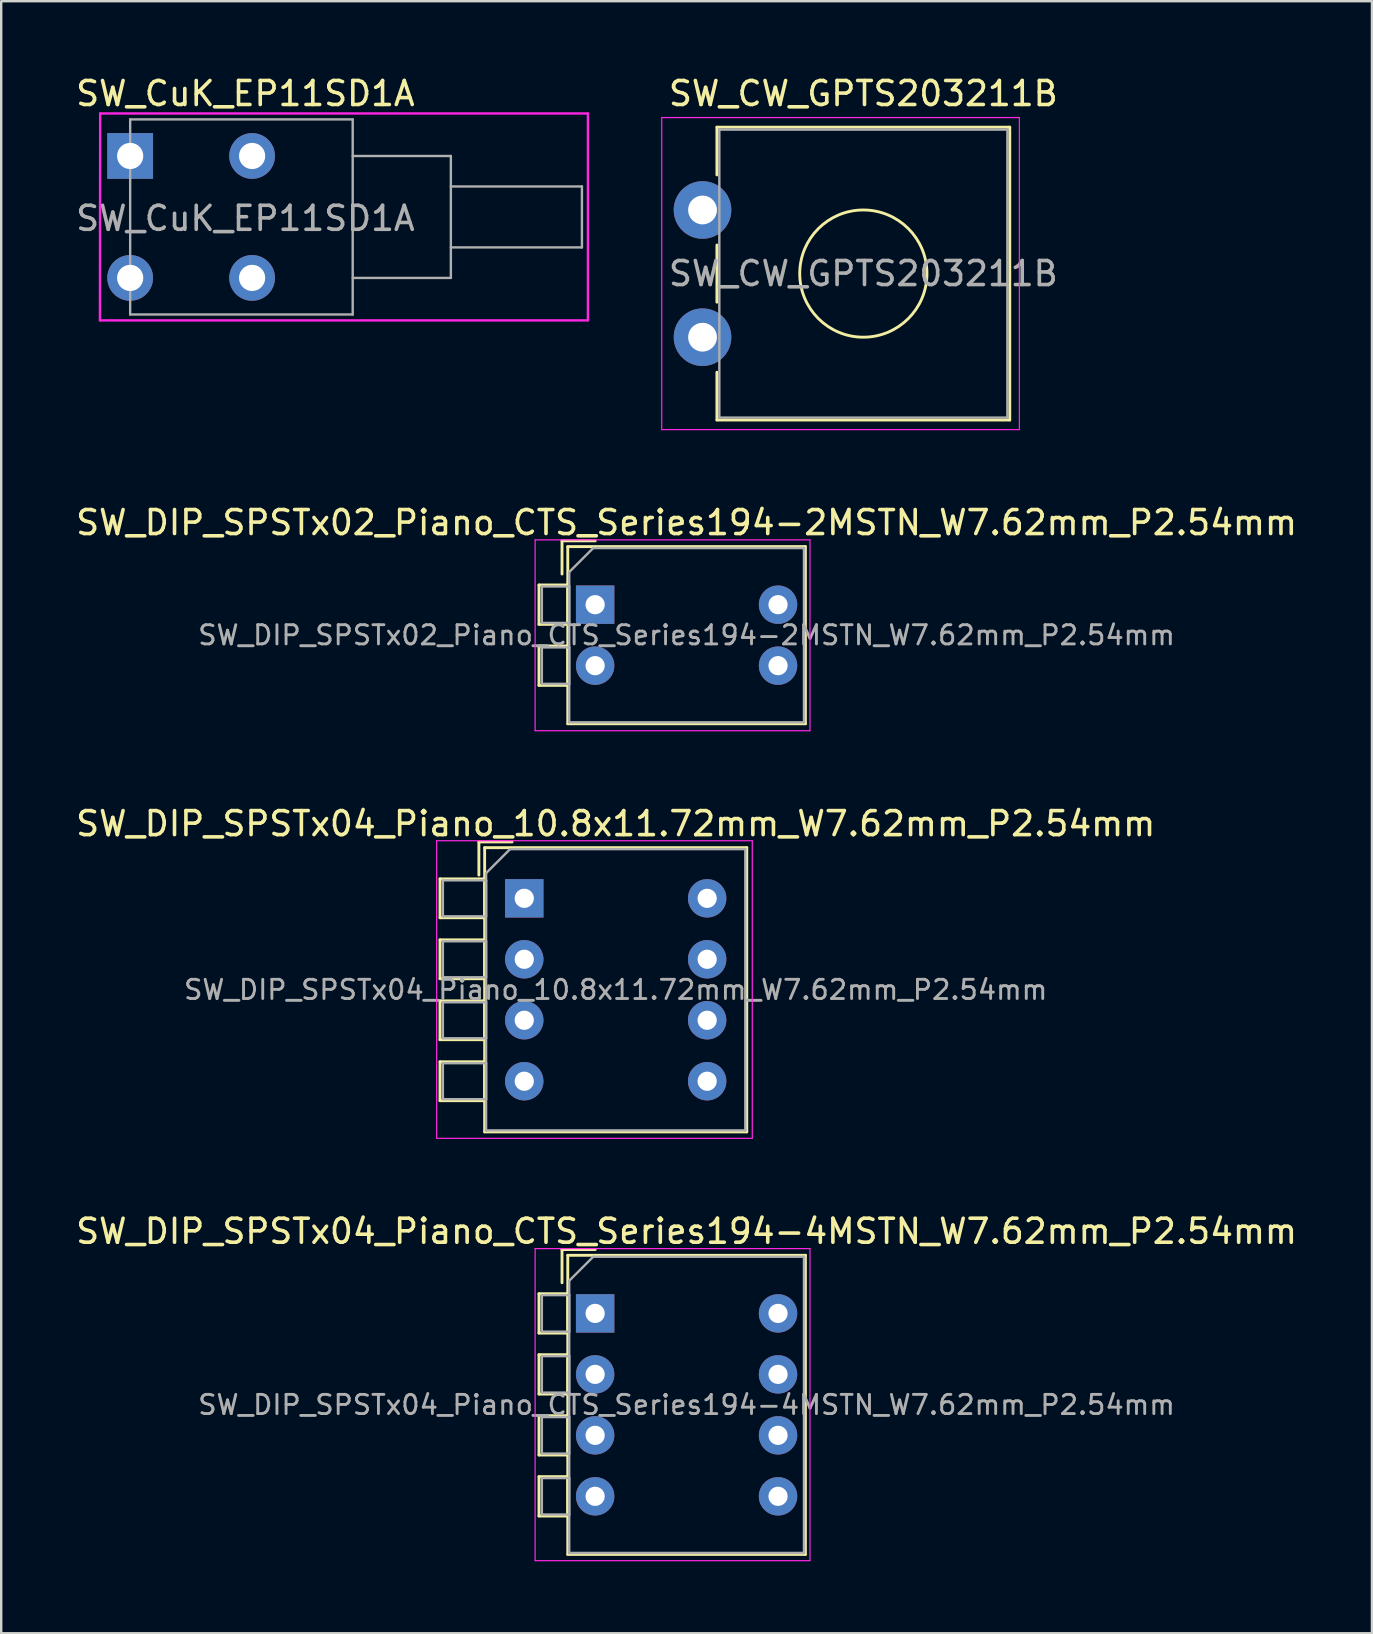
<source format=kicad_pcb>
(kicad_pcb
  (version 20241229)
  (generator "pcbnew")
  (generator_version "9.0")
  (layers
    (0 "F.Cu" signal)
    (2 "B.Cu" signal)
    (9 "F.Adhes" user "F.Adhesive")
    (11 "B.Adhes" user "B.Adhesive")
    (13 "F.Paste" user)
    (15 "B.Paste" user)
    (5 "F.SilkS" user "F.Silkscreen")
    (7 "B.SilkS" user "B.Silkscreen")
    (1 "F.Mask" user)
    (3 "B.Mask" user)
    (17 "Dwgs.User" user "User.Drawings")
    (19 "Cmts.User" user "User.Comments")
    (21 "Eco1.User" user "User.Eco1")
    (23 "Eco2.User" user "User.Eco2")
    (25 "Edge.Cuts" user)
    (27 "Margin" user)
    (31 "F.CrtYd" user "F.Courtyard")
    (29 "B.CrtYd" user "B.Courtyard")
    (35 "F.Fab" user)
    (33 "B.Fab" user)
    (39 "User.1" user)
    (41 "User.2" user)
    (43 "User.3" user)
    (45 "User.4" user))
  (footprint "SW_DIP_SPSTx04_Piano_10.8x11.72mm_W7.62mm_P2.54mm"
    (layer "F.Cu")
    (at 18.791 34.375)
    (property "Reference" "SW_DIP_SPSTx04_Piano_10.8x11.72mm_W7.62mm_P2.54mm" (at 3.81 -3.11 0) (layer "F.SilkS") (effects (font (size 1 1) (thickness 0.15))))
    (attr through_hole)
    (fp_line (start -3.51 -0.81) (end -3.51 0.81) (stroke (width 0.12) (type solid)) (layer "F.SilkS"))
    (fp_line (start -3.51 -0.81) (end -1.65 -0.81) (stroke (width 0.12) (type solid)) (layer "F.SilkS"))
    (fp_line (start -3.51 0.81) (end -1.65 0.81) (stroke (width 0.12) (type solid)) (layer "F.SilkS"))
    (fp_line (start -3.51 1.73) (end -3.51 3.35) (stroke (width 0.12) (type solid)) (layer "F.SilkS"))
    (fp_line (start -3.51 1.73) (end -1.65 1.73) (stroke (width 0.12) (type solid)) (layer "F.SilkS"))
    (fp_line (start -3.51 3.35) (end -1.65 3.35) (stroke (width 0.12) (type solid)) (layer "F.SilkS"))
    (fp_line (start -3.51 4.27) (end -3.51 5.89) (stroke (width 0.12) (type solid)) (layer "F.SilkS"))
    (fp_line (start -3.51 4.27) (end -1.65 4.27) (stroke (width 0.12) (type solid)) (layer "F.SilkS"))
    (fp_line (start -3.51 5.89) (end -1.65 5.89) (stroke (width 0.12) (type solid)) (layer "F.SilkS"))
    (fp_line (start -3.51 6.81) (end -3.51 8.43) (stroke (width 0.12) (type solid)) (layer "F.SilkS"))
    (fp_line (start -3.51 6.81) (end -1.65 6.81) (stroke (width 0.12) (type solid)) (layer "F.SilkS"))
    (fp_line (start -3.51 8.43) (end -1.65 8.43) (stroke (width 0.12) (type solid)) (layer "F.SilkS"))
    (fp_line (start -1.89 -2.35) (end -1.89 -0.967) (stroke (width 0.12) (type solid)) (layer "F.SilkS"))
    (fp_line (start -1.89 -2.35) (end -0.507 -2.35) (stroke (width 0.12) (type solid)) (layer "F.SilkS"))
    (fp_line (start -1.65 -2.11) (end -1.65 9.73) (stroke (width 0.12) (type solid)) (layer "F.SilkS"))
    (fp_line (start -1.65 -2.11) (end 9.27 -2.11) (stroke (width 0.12) (type solid)) (layer "F.SilkS"))
    (fp_line (start -1.65 -0.81) (end -1.65 0.81) (stroke (width 0.12) (type solid)) (layer "F.SilkS"))
    (fp_line (start -1.65 1.73) (end -1.65 3.35) (stroke (width 0.12) (type solid)) (layer "F.SilkS"))
    (fp_line (start -1.65 4.27) (end -1.65 5.89) (stroke (width 0.12) (type solid)) (layer "F.SilkS"))
    (fp_line (start -1.65 6.81) (end -1.65 8.43) (stroke (width 0.12) (type solid)) (layer "F.SilkS"))
    (fp_line (start -1.65 9.73) (end 9.27 9.73) (stroke (width 0.12) (type solid)) (layer "F.SilkS"))
    (fp_line (start 9.27 -2.11) (end 9.27 9.73) (stroke (width 0.12) (type solid)) (layer "F.SilkS"))
    (fp_line (start -3.65 -2.4) (end -3.65 10) (stroke (width 0.05) (type solid)) (layer "F.CrtYd"))
    (fp_line (start -3.65 10) (end 9.5 10) (stroke (width 0.05) (type solid)) (layer "F.CrtYd"))
    (fp_line (start 9.5 -2.4) (end -3.65 -2.4) (stroke (width 0.05) (type solid)) (layer "F.CrtYd"))
    (fp_line (start 9.5 10) (end 9.5 -2.4) (stroke (width 0.05) (type solid)) (layer "F.CrtYd"))
    (fp_line (start -3.39 -0.75) (end -1.59 -0.75) (stroke (width 0.1) (type solid)) (layer "F.Fab"))
    (fp_line (start -3.39 0.75) (end -3.39 -0.75) (stroke (width 0.1) (type solid)) (layer "F.Fab"))
    (fp_line (start -3.39 1.79) (end -1.59 1.79) (stroke (width 0.1) (type solid)) (layer "F.Fab"))
    (fp_line (start -3.39 3.29) (end -3.39 1.79) (stroke (width 0.1) (type solid)) (layer "F.Fab"))
    (fp_line (start -3.39 4.33) (end -1.59 4.33) (stroke (width 0.1) (type solid)) (layer "F.Fab"))
    (fp_line (start -3.39 5.83) (end -3.39 4.33) (stroke (width 0.1) (type solid)) (layer "F.Fab"))
    (fp_line (start -3.39 6.87) (end -1.59 6.87) (stroke (width 0.1) (type solid)) (layer "F.Fab"))
    (fp_line (start -3.39 8.37) (end -3.39 6.87) (stroke (width 0.1) (type solid)) (layer "F.Fab"))
    (fp_line (start -1.59 -1.05) (end -0.59 -2.05) (stroke (width 0.1) (type solid)) (layer "F.Fab"))
    (fp_line (start -1.59 -0.75) (end -1.59 0.75) (stroke (width 0.1) (type solid)) (layer "F.Fab"))
    (fp_line (start -1.59 0.75) (end -3.39 0.75) (stroke (width 0.1) (type solid)) (layer "F.Fab"))
    (fp_line (start -1.59 1.79) (end -1.59 3.29) (stroke (width 0.1) (type solid)) (layer "F.Fab"))
    (fp_line (start -1.59 3.29) (end -3.39 3.29) (stroke (width 0.1) (type solid)) (layer "F.Fab"))
    (fp_line (start -1.59 4.33) (end -1.59 5.83) (stroke (width 0.1) (type solid)) (layer "F.Fab"))
    (fp_line (start -1.59 5.83) (end -3.39 5.83) (stroke (width 0.1) (type solid)) (layer "F.Fab"))
    (fp_line (start -1.59 6.87) (end -1.59 8.37) (stroke (width 0.1) (type solid)) (layer "F.Fab"))
    (fp_line (start -1.59 8.37) (end -3.39 8.37) (stroke (width 0.1) (type solid)) (layer "F.Fab"))
    (fp_line (start -1.59 9.67) (end -1.59 -1.05) (stroke (width 0.1) (type solid)) (layer "F.Fab"))
    (fp_line (start -0.59 -2.05) (end 9.21 -2.05) (stroke (width 0.1) (type solid)) (layer "F.Fab"))
    (fp_line (start 9.21 -2.05) (end 9.21 9.67) (stroke (width 0.1) (type solid)) (layer "F.Fab"))
    (fp_line (start 9.21 9.67) (end -1.59 9.67) (stroke (width 0.1) (type solid)) (layer "F.Fab"))
    (fp_text user "${REFERENCE}" (at 3.81 3.81 0) (layer "F.Fab") (effects (font (size 0.8 0.8) (thickness 0.12))))
    (pad "1" thru_hole rect (at 0 0) (size 1.6 1.6) (drill 0.8) (layers "*.Cu" "*.Mask"))
    (pad "2" thru_hole oval (at 0 2.54) (size 1.6 1.6) (drill 0.8) (layers "*.Cu" "*.Mask"))
    (pad "3" thru_hole oval (at 0 5.08) (size 1.6 1.6) (drill 0.8) (layers "*.Cu" "*.Mask"))
    (pad "4" thru_hole oval (at 0 7.62) (size 1.6 1.6) (drill 0.8) (layers "*.Cu" "*.Mask"))
    (pad "5" thru_hole oval (at 7.62 7.62) (size 1.6 1.6) (drill 0.8) (layers "*.Cu" "*.Mask"))
    (pad "6" thru_hole oval (at 7.62 5.08) (size 1.6 1.6) (drill 0.8) (layers "*.Cu" "*.Mask"))
    (pad "7" thru_hole oval (at 7.62 2.54) (size 1.6 1.6) (drill 0.8) (layers "*.Cu" "*.Mask"))
    (pad "8" thru_hole oval (at 7.62 0) (size 1.6 1.6) (drill 0.8) (layers "*.Cu" "*.Mask")))
  (footprint "SW_CW_GPTS203211B"
    (layer "F.Cu")
    (at 26.218 5.698)
    (property "Reference" "SW_CW_GPTS203211B" (at 6.7 -4.85 0) (layer "F.SilkS") (effects (font (size 1 1) (thickness 0.15))))
    (attr through_hole)
    (fp_line (start 0.6 -3.45) (end 12.8 -3.45) (stroke (width 0.12) (type solid)) (layer "F.SilkS"))
    (fp_line (start 0.6 -1.46) (end 0.6 -3.45) (stroke (width 0.12) (type solid)) (layer "F.SilkS"))
    (fp_line (start 0.6 1.46) (end 0.6 3.84) (stroke (width 0.12) (type solid)) (layer "F.SilkS"))
    (fp_line (start 0.6 8.75) (end 0.6 6.76) (stroke (width 0.12) (type solid)) (layer "F.SilkS"))
    (fp_line (start 12.8 -3.45) (end 12.8 8.75) (stroke (width 0.12) (type solid)) (layer "F.SilkS"))
    (fp_line (start 12.8 8.75) (end 0.6 8.75) (stroke (width 0.12) (type solid)) (layer "F.SilkS"))
    (fp_circle (center 6.7 2.65) (end 9.35 2.65) (stroke (width 0.12) (type solid)) (fill no) (layer "F.SilkS"))
    (fp_line (start -1.7 -3.85) (end -1.7 9.15) (stroke (width 0.05) (type solid)) (layer "F.CrtYd"))
    (fp_line (start -1.7 9.15) (end 13.2 9.15) (stroke (width 0.05) (type solid)) (layer "F.CrtYd"))
    (fp_line (start 13.2 -3.85) (end -1.7 -3.85) (stroke (width 0.05) (type solid)) (layer "F.CrtYd"))
    (fp_line (start 13.2 9.15) (end 13.2 -3.85) (stroke (width 0.05) (type solid)) (layer "F.CrtYd"))
    (fp_line (start 0.7 -3.35) (end 0.7 8.65) (stroke (width 0.1) (type solid)) (layer "F.Fab"))
    (fp_line (start 0.7 8.65) (end 12.7 8.65) (stroke (width 0.1) (type solid)) (layer "F.Fab"))
    (fp_line (start 12.7 -3.35) (end 0.7 -3.35) (stroke (width 0.1) (type solid)) (layer "F.Fab"))
    (fp_line (start 12.7 8.65) (end 12.7 -3.35) (stroke (width 0.1) (type solid)) (layer "F.Fab"))
    (fp_text user "${REFERENCE}" (at 6.7 2.65 0) (layer "F.Fab") (effects (font (size 1 1) (thickness 0.15))))
    (pad "1" thru_hole circle (at 0 0) (size 2.4 2.4) (drill 1.2) (layers "*.Cu" "*.Mask"))
    (pad "2" thru_hole circle (at 0 5.3) (size 2.4 2.4) (drill 1.2) (layers "*.Cu" "*.Mask")))
  (footprint "SW_CuK_EP11SD1A"
    (layer "F.Cu")
    (at 2.373 3.448)
    (property "Reference" "SW_CuK_EP11SD1A" (at 4.8 -2.6 0) (layer "F.SilkS") (effects (font (size 1 1) (thickness 0.15))))
    (attr through_hole)
    (fp_line (start -1.25 -1.77) (end -1.26 6.85) (stroke (width 0.1) (type solid)) (layer "F.CrtYd"))
    (fp_line (start -1.25 6.85) (end 19.07 6.85) (stroke (width 0.1) (type solid)) (layer "F.CrtYd"))
    (fp_line (start 19.07 -1.77) (end -1.25 -1.77) (stroke (width 0.1) (type solid)) (layer "F.CrtYd"))
    (fp_line (start 19.07 6.85) (end 19.07 -1.77) (stroke (width 0.1) (type solid)) (layer "F.CrtYd"))
    (fp_line (start 0 -1.524) (end 0 6.604) (stroke (width 0.1) (type solid)) (layer "F.Fab"))
    (fp_line (start 0 -1.524) (end 9.271 -1.524) (stroke (width 0.1) (type solid)) (layer "F.Fab"))
    (fp_line (start 0 6.604) (end 9.271 6.604) (stroke (width 0.1) (type solid)) (layer "F.Fab"))
    (fp_line (start 9.271 -1.524) (end 9.271 6.604) (stroke (width 0.1) (type solid)) (layer "F.Fab"))
    (fp_line (start 9.271 0) (end 13.36 0) (stroke (width 0.1) (type solid)) (layer "F.Fab"))
    (fp_line (start 9.271 5.08) (end 13.36 5.08) (stroke (width 0.1) (type solid)) (layer "F.Fab"))
    (fp_line (start 13.36 3.81) (end 18.821 3.81) (stroke (width 0.1) (type solid)) (layer "F.Fab"))
    (fp_line (start 13.36 5.08) (end 13.36 0) (stroke (width 0.1) (type solid)) (layer "F.Fab"))
    (fp_line (start 18.821 1.27) (end 13.36 1.27) (stroke (width 0.1) (type solid)) (layer "F.Fab"))
    (fp_line (start 18.821 1.27) (end 18.821 3.81) (stroke (width 0.1) (type solid)) (layer "F.Fab"))
    (fp_text user "${REFERENCE}" (at 4.8 2.6 0) (layer "F.Fab") (effects (font (size 1 1) (thickness 0.15))))
    (pad "1" thru_hole rect (at 0 0) (size 1.905 1.905) (drill 1.092) (layers "*.Cu" "*.Mask"))
    (pad "2" thru_hole circle (at 0 5.08) (size 1.905 1.905) (drill 1.092) (layers "*.Cu" "*.Mask"))
    (pad "MP" thru_hole circle (at 5.08 0) (size 1.905 1.905) (drill 1.092) (layers "*.Cu" "*.Mask"))
    (pad "MP" thru_hole circle (at 5.08 5.08) (size 1.905 1.905) (drill 1.092) (layers "*.Cu" "*.Mask")))
  (footprint "SW_DIP_SPSTx04_Piano_CTS_Series194-4MSTN_W7.62mm_P2.54mm"
    (layer "F.Cu")
    (at 21.744 51.668)
    (property "Reference" "SW_DIP_SPSTx04_Piano_CTS_Series194-4MSTN_W7.62mm_P2.54mm" (at 3.81 -3.42 0) (layer "F.SilkS") (effects (font (size 1 1) (thickness 0.15))))
    (attr through_hole)
    (fp_line (start -2.34 -0.82) (end -2.34 0.82) (stroke (width 0.12) (type solid)) (layer "F.SilkS"))
    (fp_line (start -2.34 -0.82) (end -1.14 -0.82) (stroke (width 0.12) (type solid)) (layer "F.SilkS"))
    (fp_line (start -2.34 0.82) (end -1.14 0.82) (stroke (width 0.12) (type solid)) (layer "F.SilkS"))
    (fp_line (start -2.34 1.72) (end -2.34 3.361) (stroke (width 0.12) (type solid)) (layer "F.SilkS"))
    (fp_line (start -2.34 1.72) (end -1.14 1.72) (stroke (width 0.12) (type solid)) (layer "F.SilkS"))
    (fp_line (start -2.34 3.361) (end -1.14 3.361) (stroke (width 0.12) (type solid)) (layer "F.SilkS"))
    (fp_line (start -2.34 4.261) (end -2.34 5.9) (stroke (width 0.12) (type solid)) (layer "F.SilkS"))
    (fp_line (start -2.34 4.261) (end -1.14 4.261) (stroke (width 0.12) (type solid)) (layer "F.SilkS"))
    (fp_line (start -2.34 5.9) (end -1.14 5.9) (stroke (width 0.12) (type solid)) (layer "F.SilkS"))
    (fp_line (start -2.34 6.801) (end -2.34 8.441) (stroke (width 0.12) (type solid)) (layer "F.SilkS"))
    (fp_line (start -2.34 6.801) (end -1.14 6.801) (stroke (width 0.12) (type solid)) (layer "F.SilkS"))
    (fp_line (start -2.34 8.441) (end -1.14 8.441) (stroke (width 0.12) (type solid)) (layer "F.SilkS"))
    (fp_line (start -1.38 -2.66) (end -1.38 -1.277) (stroke (width 0.12) (type solid)) (layer "F.SilkS"))
    (fp_line (start -1.38 -2.66) (end 0.004 -2.66) (stroke (width 0.12) (type solid)) (layer "F.SilkS"))
    (fp_line (start -1.14 -2.42) (end -1.14 10.04) (stroke (width 0.12) (type solid)) (layer "F.SilkS"))
    (fp_line (start -1.14 -2.42) (end 8.76 -2.42) (stroke (width 0.12) (type solid)) (layer "F.SilkS"))
    (fp_line (start -1.14 -0.82) (end -1.14 0.82) (stroke (width 0.12) (type solid)) (layer "F.SilkS"))
    (fp_line (start -1.14 1.72) (end -1.14 3.361) (stroke (width 0.12) (type solid)) (layer "F.SilkS"))
    (fp_line (start -1.14 4.261) (end -1.14 5.9) (stroke (width 0.12) (type solid)) (layer "F.SilkS"))
    (fp_line (start -1.14 6.801) (end -1.14 8.441) (stroke (width 0.12) (type solid)) (layer "F.SilkS"))
    (fp_line (start -1.14 10.04) (end 8.76 10.04) (stroke (width 0.12) (type solid)) (layer "F.SilkS"))
    (fp_line (start 8.76 -2.42) (end 8.76 10.04) (stroke (width 0.12) (type solid)) (layer "F.SilkS"))
    (fp_line (start -2.5 -2.7) (end -2.5 10.3) (stroke (width 0.05) (type solid)) (layer "F.CrtYd"))
    (fp_line (start -2.5 10.3) (end 8.95 10.3) (stroke (width 0.05) (type solid)) (layer "F.CrtYd"))
    (fp_line (start 8.95 -2.7) (end -2.5 -2.7) (stroke (width 0.05) (type solid)) (layer "F.CrtYd"))
    (fp_line (start 8.95 10.3) (end 8.95 -2.7) (stroke (width 0.05) (type solid)) (layer "F.CrtYd"))
    (fp_line (start -2.22 -0.76) (end -1.08 -0.76) (stroke (width 0.1) (type solid)) (layer "F.Fab"))
    (fp_line (start -2.22 0.76) (end -2.22 -0.76) (stroke (width 0.1) (type solid)) (layer "F.Fab"))
    (fp_line (start -2.22 1.78) (end -1.08 1.78) (stroke (width 0.1) (type solid)) (layer "F.Fab"))
    (fp_line (start -2.22 3.3) (end -2.22 1.78) (stroke (width 0.1) (type solid)) (layer "F.Fab"))
    (fp_line (start -2.22 4.32) (end -1.08 4.32) (stroke (width 0.1) (type solid)) (layer "F.Fab"))
    (fp_line (start -2.22 5.84) (end -2.22 4.32) (stroke (width 0.1) (type solid)) (layer "F.Fab"))
    (fp_line (start -2.22 6.86) (end -1.08 6.86) (stroke (width 0.1) (type solid)) (layer "F.Fab"))
    (fp_line (start -2.22 8.38) (end -2.22 6.86) (stroke (width 0.1) (type solid)) (layer "F.Fab"))
    (fp_line (start -1.08 -1.36) (end -0.08 -2.36) (stroke (width 0.1) (type solid)) (layer "F.Fab"))
    (fp_line (start -1.08 -0.76) (end -1.08 0.76) (stroke (width 0.1) (type solid)) (layer "F.Fab"))
    (fp_line (start -1.08 0.76) (end -2.22 0.76) (stroke (width 0.1) (type solid)) (layer "F.Fab"))
    (fp_line (start -1.08 1.78) (end -1.08 3.3) (stroke (width 0.1) (type solid)) (layer "F.Fab"))
    (fp_line (start -1.08 3.3) (end -2.22 3.3) (stroke (width 0.1) (type solid)) (layer "F.Fab"))
    (fp_line (start -1.08 4.32) (end -1.08 5.84) (stroke (width 0.1) (type solid)) (layer "F.Fab"))
    (fp_line (start -1.08 5.84) (end -2.22 5.84) (stroke (width 0.1) (type solid)) (layer "F.Fab"))
    (fp_line (start -1.08 6.86) (end -1.08 8.38) (stroke (width 0.1) (type solid)) (layer "F.Fab"))
    (fp_line (start -1.08 8.38) (end -2.22 8.38) (stroke (width 0.1) (type solid)) (layer "F.Fab"))
    (fp_line (start -1.08 9.98) (end -1.08 -1.36) (stroke (width 0.1) (type solid)) (layer "F.Fab"))
    (fp_line (start -0.08 -2.36) (end 8.7 -2.36) (stroke (width 0.1) (type solid)) (layer "F.Fab"))
    (fp_line (start 8.7 -2.36) (end 8.7 9.98) (stroke (width 0.1) (type solid)) (layer "F.Fab"))
    (fp_line (start 8.7 9.98) (end -1.08 9.98) (stroke (width 0.1) (type solid)) (layer "F.Fab"))
    (fp_text user "${REFERENCE}" (at 3.81 3.81 0) (layer "F.Fab") (effects (font (size 0.8 0.8) (thickness 0.12))))
    (pad "1" thru_hole rect (at 0 0) (size 1.6 1.6) (drill 0.8) (layers "*.Cu" "*.Mask"))
    (pad "2" thru_hole oval (at 0 2.54) (size 1.6 1.6) (drill 0.8) (layers "*.Cu" "*.Mask"))
    (pad "3" thru_hole oval (at 0 5.08) (size 1.6 1.6) (drill 0.8) (layers "*.Cu" "*.Mask"))
    (pad "4" thru_hole oval (at 0 7.62) (size 1.6 1.6) (drill 0.8) (layers "*.Cu" "*.Mask"))
    (pad "5" thru_hole oval (at 7.62 7.62) (size 1.6 1.6) (drill 0.8) (layers "*.Cu" "*.Mask"))
    (pad "6" thru_hole oval (at 7.62 5.08) (size 1.6 1.6) (drill 0.8) (layers "*.Cu" "*.Mask"))
    (pad "7" thru_hole oval (at 7.62 2.54) (size 1.6 1.6) (drill 0.8) (layers "*.Cu" "*.Mask"))
    (pad "8" thru_hole oval (at 7.62 0) (size 1.6 1.6) (drill 0.8) (layers "*.Cu" "*.Mask")))
  (footprint "SW_DIP_SPSTx02_Piano_CTS_Series194-2MSTN_W7.62mm_P2.54mm"
    (layer "F.Cu")
    (at 21.744 22.142)
    (property "Reference" "SW_DIP_SPSTx02_Piano_CTS_Series194-2MSTN_W7.62mm_P2.54mm" (at 3.81 -3.42 0) (layer "F.SilkS") (effects (font (size 1 1) (thickness 0.15))))
    (attr through_hole)
    (fp_line (start -2.34 -0.82) (end -2.34 0.82) (stroke (width 0.12) (type solid)) (layer "F.SilkS"))
    (fp_line (start -2.34 -0.82) (end -1.14 -0.82) (stroke (width 0.12) (type solid)) (layer "F.SilkS"))
    (fp_line (start -2.34 0.82) (end -1.14 0.82) (stroke (width 0.12) (type solid)) (layer "F.SilkS"))
    (fp_line (start -2.34 1.72) (end -2.34 3.361) (stroke (width 0.12) (type solid)) (layer "F.SilkS"))
    (fp_line (start -2.34 1.72) (end -1.14 1.72) (stroke (width 0.12) (type solid)) (layer "F.SilkS"))
    (fp_line (start -2.34 3.361) (end -1.14 3.361) (stroke (width 0.12) (type solid)) (layer "F.SilkS"))
    (fp_line (start -1.38 -2.66) (end -1.38 -1.277) (stroke (width 0.12) (type solid)) (layer "F.SilkS"))
    (fp_line (start -1.38 -2.66) (end 0.004 -2.66) (stroke (width 0.12) (type solid)) (layer "F.SilkS"))
    (fp_line (start -1.14 -2.42) (end -1.14 4.96) (stroke (width 0.12) (type solid)) (layer "F.SilkS"))
    (fp_line (start -1.14 -2.42) (end 8.76 -2.42) (stroke (width 0.12) (type solid)) (layer "F.SilkS"))
    (fp_line (start -1.14 -0.82) (end -1.14 0.82) (stroke (width 0.12) (type solid)) (layer "F.SilkS"))
    (fp_line (start -1.14 1.72) (end -1.14 3.361) (stroke (width 0.12) (type solid)) (layer "F.SilkS"))
    (fp_line (start -1.14 4.96) (end 8.76 4.96) (stroke (width 0.12) (type solid)) (layer "F.SilkS"))
    (fp_line (start 8.76 -2.42) (end 8.76 4.96) (stroke (width 0.12) (type solid)) (layer "F.SilkS"))
    (fp_line (start -2.5 -2.7) (end -2.5 5.25) (stroke (width 0.05) (type solid)) (layer "F.CrtYd"))
    (fp_line (start -2.5 5.25) (end 8.95 5.25) (stroke (width 0.05) (type solid)) (layer "F.CrtYd"))
    (fp_line (start 8.95 -2.7) (end -2.5 -2.7) (stroke (width 0.05) (type solid)) (layer "F.CrtYd"))
    (fp_line (start 8.95 5.25) (end 8.95 -2.7) (stroke (width 0.05) (type solid)) (layer "F.CrtYd"))
    (fp_line (start -2.22 -0.76) (end -1.08 -0.76) (stroke (width 0.1) (type solid)) (layer "F.Fab"))
    (fp_line (start -2.22 0.76) (end -2.22 -0.76) (stroke (width 0.1) (type solid)) (layer "F.Fab"))
    (fp_line (start -2.22 1.78) (end -1.08 1.78) (stroke (width 0.1) (type solid)) (layer "F.Fab"))
    (fp_line (start -2.22 3.3) (end -2.22 1.78) (stroke (width 0.1) (type solid)) (layer "F.Fab"))
    (fp_line (start -1.08 -1.36) (end -0.08 -2.36) (stroke (width 0.1) (type solid)) (layer "F.Fab"))
    (fp_line (start -1.08 -0.76) (end -1.08 0.76) (stroke (width 0.1) (type solid)) (layer "F.Fab"))
    (fp_line (start -1.08 0.76) (end -2.22 0.76) (stroke (width 0.1) (type solid)) (layer "F.Fab"))
    (fp_line (start -1.08 1.78) (end -1.08 3.3) (stroke (width 0.1) (type solid)) (layer "F.Fab"))
    (fp_line (start -1.08 3.3) (end -2.22 3.3) (stroke (width 0.1) (type solid)) (layer "F.Fab"))
    (fp_line (start -1.08 4.9) (end -1.08 -1.36) (stroke (width 0.1) (type solid)) (layer "F.Fab"))
    (fp_line (start -0.08 -2.36) (end 8.7 -2.36) (stroke (width 0.1) (type solid)) (layer "F.Fab"))
    (fp_line (start 8.7 -2.36) (end 8.7 4.9) (stroke (width 0.1) (type solid)) (layer "F.Fab"))
    (fp_line (start 8.7 4.9) (end -1.08 4.9) (stroke (width 0.1) (type solid)) (layer "F.Fab"))
    (fp_text user "${REFERENCE}" (at 3.81 1.27 0) (layer "F.Fab") (effects (font (size 0.8 0.8) (thickness 0.12))))
    (pad "1" thru_hole rect (at 0 0) (size 1.6 1.6) (drill 0.8) (layers "*.Cu" "*.Mask"))
    (pad "2" thru_hole oval (at 0 2.54) (size 1.6 1.6) (drill 0.8) (layers "*.Cu" "*.Mask"))
    (pad "3" thru_hole oval (at 7.62 2.54) (size 1.6 1.6) (drill 0.8) (layers "*.Cu" "*.Mask"))
    (pad "4" thru_hole oval (at 7.62 0) (size 1.6 1.6) (drill 0.8) (layers "*.Cu" "*.Mask")))
  (gr_rect
    (start -3 -3)
    (end 54.107 64.993)
    (stroke (width 0.1) (type default))
    (fill no)
    (layer "Edge.Cuts")))
</source>
